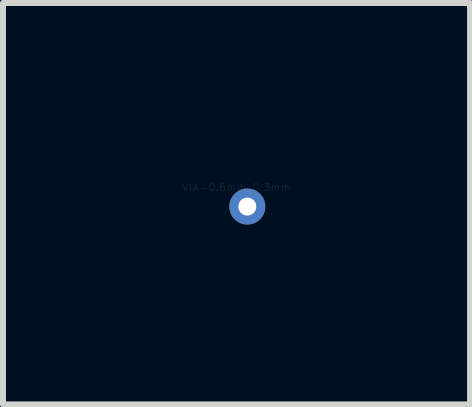
<source format=kicad_pcb>
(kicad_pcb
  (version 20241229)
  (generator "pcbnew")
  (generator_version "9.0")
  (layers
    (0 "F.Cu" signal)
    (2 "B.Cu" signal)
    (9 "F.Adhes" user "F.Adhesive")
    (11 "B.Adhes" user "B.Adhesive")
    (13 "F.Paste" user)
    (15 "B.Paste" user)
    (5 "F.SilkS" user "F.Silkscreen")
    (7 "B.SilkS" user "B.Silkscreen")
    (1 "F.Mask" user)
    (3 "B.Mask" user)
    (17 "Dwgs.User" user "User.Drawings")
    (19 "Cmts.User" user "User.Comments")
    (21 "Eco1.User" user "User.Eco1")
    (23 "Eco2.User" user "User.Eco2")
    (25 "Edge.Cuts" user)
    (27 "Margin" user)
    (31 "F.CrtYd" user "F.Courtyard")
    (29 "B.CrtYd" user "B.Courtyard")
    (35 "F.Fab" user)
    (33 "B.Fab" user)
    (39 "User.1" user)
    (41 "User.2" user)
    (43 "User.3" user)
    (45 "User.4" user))
  (footprint "VIA-0.6mm_0.3mm"
    (layer "F.Cu")
    (at 1.076 0.396)
    (property "Reference" "VIA-0.6mm_0.3mm" (at -0.18 -0.32 0) (layer "F.SilkS") (effects (font (size 0.127 0.127) (thickness 0.001))))
    (attr through_hole)
    (pad "1" thru_hole circle (at 0 0) (size 0.6 0.6) (drill 0.3) (layers "*.Cu")))
  (gr_rect
    (start -3 -3)
    (end 4.792 3.696)
    (stroke (width 0.1) (type default))
    (fill no)
    (layer "Edge.Cuts")))
</source>
